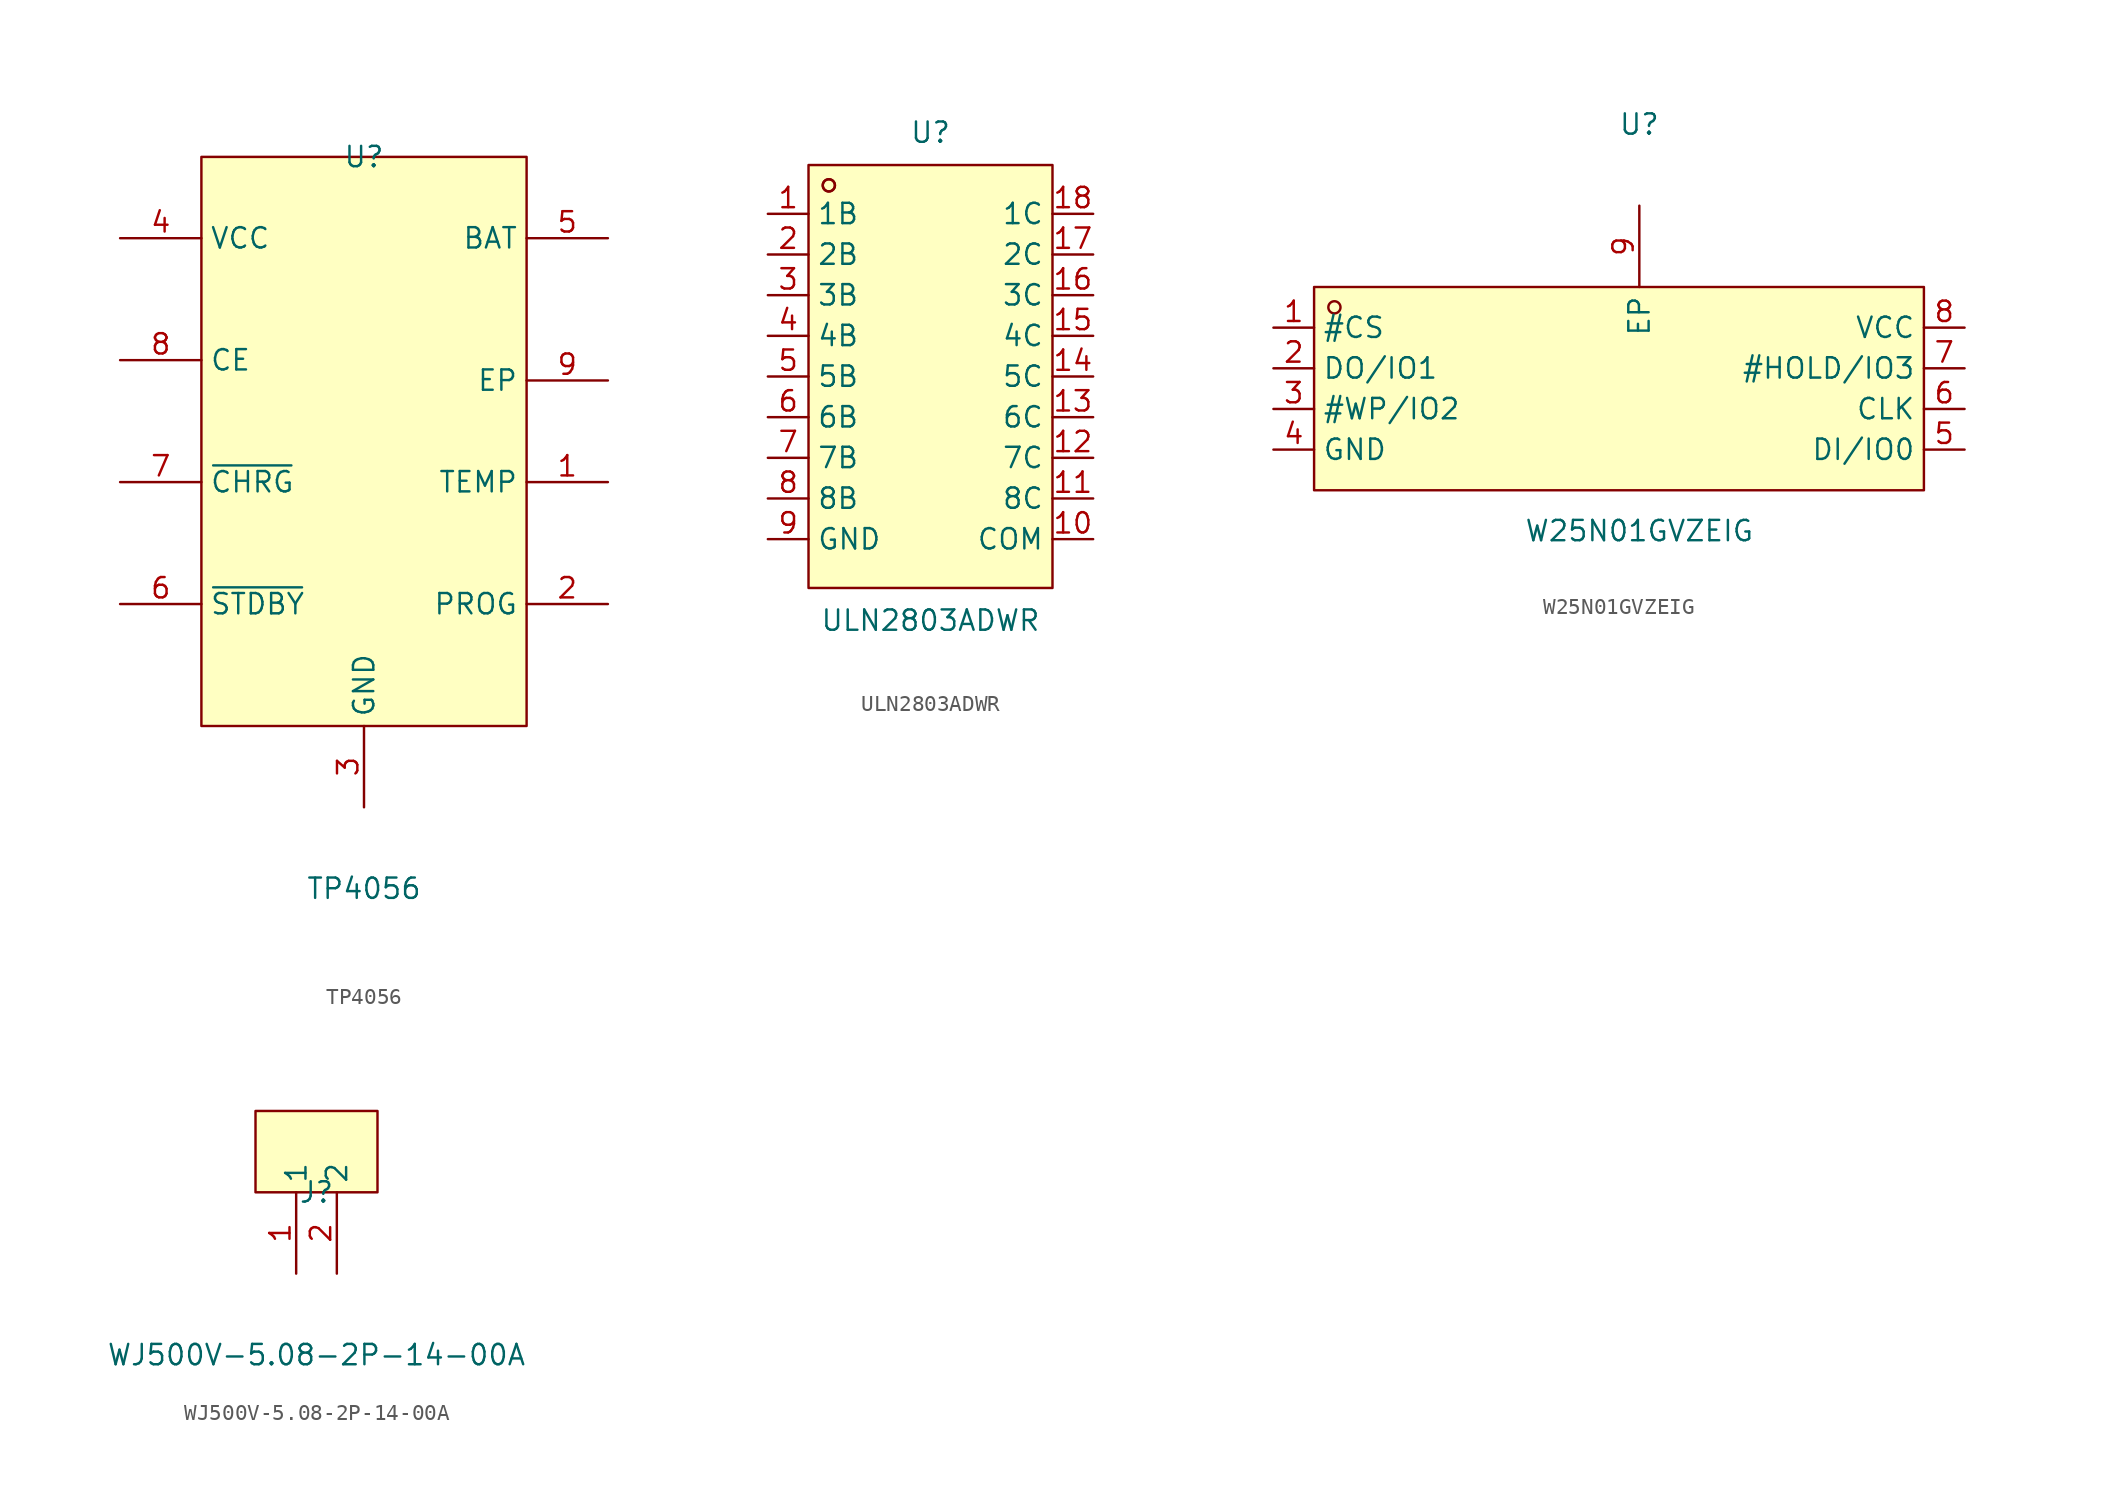
<source format=kicad_sym>
(kicad_symbol_lib
  (version 20211014)
  (generator https://github.com/uPesy/easyeda2kicad.py)
  (symbol "TP4056"
    (property "Reference" "U"
      (at 0 20.32 0)
      (effects (font (size 1.27 1.27))))
    (property "Value" "TP4056"
      (at 0 -25.40 0)
      (effects (font (size 1.27 1.27))))
    (symbol "TP4056_0_1"
      (rectangle (start -10.16 20.32) (end 10.16 -15.24) (stroke (width 0) (type default) (color 0 0 0 0)) (fill (type background)))
      (pin unspecified line (at 15.24 15.24 180) (length 5.08) (name "BAT" (effects (font (size 1.27 1.27)))) (number "5" (effects (font (size 1.27 1.27)))))
      (pin unspecified line (at 15.24 -0.00 180) (length 5.08) (name "TEMP" (effects (font (size 1.27 1.27)))) (number "1" (effects (font (size 1.27 1.27)))))
      (pin unspecified line (at 15.24 -7.62 180) (length 5.08) (name "PROG" (effects (font (size 1.27 1.27)))) (number "2" (effects (font (size 1.27 1.27)))))
      (pin unspecified line (at 0.00 -20.32 90) (length 5.08) (name "GND" (effects (font (size 1.27 1.27)))) (number "3" (effects (font (size 1.27 1.27)))))
      (pin unspecified line (at -15.24 15.24 0) (length 5.08) (name "VCC" (effects (font (size 1.27 1.27)))) (number "4" (effects (font (size 1.27 1.27)))))
      (pin unspecified line (at -15.24 7.62 0) (length 5.08) (name "CE" (effects (font (size 1.27 1.27)))) (number "8" (effects (font (size 1.27 1.27)))))
      (pin unspecified line (at -15.24 -0.00 0) (length 5.08) (name "~{CHRG}" (effects (font (size 1.27 1.27)))) (number "7" (effects (font (size 1.27 1.27)))))
      (pin unspecified line (at -15.24 -7.62 0) (length 5.08) (name "~{STDBY}" (effects (font (size 1.27 1.27)))) (number "6" (effects (font (size 1.27 1.27)))))
      (pin unspecified line (at 15.24 6.35 180) (length 5.08) (name "EP" (effects (font (size 1.27 1.27)))) (number "9" (effects (font (size 1.27 1.27)))))))
  (symbol "ULN2803ADWR"
    (property "Reference" "U"
      (at 0 15.24 0)
      (effects (font (size 1.27 1.27))))
    (property "Value" "ULN2803ADWR"
      (at 0 -15.24 0)
      (effects (font (size 1.27 1.27))))
    (symbol "ULN2803ADWR_0_1"
      (rectangle (start -7.62 13.21) (end 7.62 -13.21) (stroke (width 0) (type default) (color 0 0 0 0)) (fill (type background)))
      (circle (center -6.35 11.94) (radius 0.38) (stroke (width 0) (type default) (color 0 0 0 0)) (fill (type none)))
      (circle (center -6.35 11.94) (radius 0.38) (stroke (width 0) (type default) (color 0 0 0 0)) (fill (type none)))
      (pin unspecified line (at -10.16 10.16 0) (length 2.54) (name "1B" (effects (font (size 1.27 1.27)))) (number "1" (effects (font (size 1.27 1.27)))))
      (pin unspecified line (at -10.16 7.62 0) (length 2.54) (name "2B" (effects (font (size 1.27 1.27)))) (number "2" (effects (font (size 1.27 1.27)))))
      (pin unspecified line (at -10.16 5.08 0) (length 2.54) (name "3B" (effects (font (size 1.27 1.27)))) (number "3" (effects (font (size 1.27 1.27)))))
      (pin unspecified line (at -10.16 2.54 0) (length 2.54) (name "4B" (effects (font (size 1.27 1.27)))) (number "4" (effects (font (size 1.27 1.27)))))
      (pin unspecified line (at -10.16 -0.00 0) (length 2.54) (name "5B" (effects (font (size 1.27 1.27)))) (number "5" (effects (font (size 1.27 1.27)))))
      (pin unspecified line (at -10.16 -2.54 0) (length 2.54) (name "6B" (effects (font (size 1.27 1.27)))) (number "6" (effects (font (size 1.27 1.27)))))
      (pin unspecified line (at -10.16 -5.08 0) (length 2.54) (name "7B" (effects (font (size 1.27 1.27)))) (number "7" (effects (font (size 1.27 1.27)))))
      (pin unspecified line (at -10.16 -7.62 0) (length 2.54) (name "8B" (effects (font (size 1.27 1.27)))) (number "8" (effects (font (size 1.27 1.27)))))
      (pin unspecified line (at -10.16 -10.16 0) (length 2.54) (name "GND" (effects (font (size 1.27 1.27)))) (number "9" (effects (font (size 1.27 1.27)))))
      (pin unspecified line (at 10.16 -10.16 180) (length 2.54) (name "COM" (effects (font (size 1.27 1.27)))) (number "10" (effects (font (size 1.27 1.27)))))
      (pin unspecified line (at 10.16 -7.62 180) (length 2.54) (name "8C" (effects (font (size 1.27 1.27)))) (number "11" (effects (font (size 1.27 1.27)))))
      (pin unspecified line (at 10.16 -5.08 180) (length 2.54) (name "7C" (effects (font (size 1.27 1.27)))) (number "12" (effects (font (size 1.27 1.27)))))
      (pin unspecified line (at 10.16 -2.54 180) (length 2.54) (name "6C" (effects (font (size 1.27 1.27)))) (number "13" (effects (font (size 1.27 1.27)))))
      (pin unspecified line (at 10.16 -0.00 180) (length 2.54) (name "5C" (effects (font (size 1.27 1.27)))) (number "14" (effects (font (size 1.27 1.27)))))
      (pin unspecified line (at 10.16 2.54 180) (length 2.54) (name "4C" (effects (font (size 1.27 1.27)))) (number "15" (effects (font (size 1.27 1.27)))))
      (pin unspecified line (at 10.16 5.08 180) (length 2.54) (name "3C" (effects (font (size 1.27 1.27)))) (number "16" (effects (font (size 1.27 1.27)))))
      (pin unspecified line (at 10.16 7.62 180) (length 2.54) (name "2C" (effects (font (size 1.27 1.27)))) (number "17" (effects (font (size 1.27 1.27)))))
      (pin unspecified line (at 10.16 10.16 180) (length 2.54) (name "1C" (effects (font (size 1.27 1.27)))) (number "18" (effects (font (size 1.27 1.27)))))))
  (symbol "W25N01GVZEIG"
    (property "Reference" "U"
      (at 0 15.24 0)
      (effects (font (size 1.27 1.27))))
    (property "Value" "W25N01GVZEIG"
      (at 0 -10.16 0)
      (effects (font (size 1.27 1.27))))
    (symbol "W25N01GVZEIG_0_1"
      (rectangle (start -20.32 5.08) (end 17.78 -7.62) (stroke (width 0) (type default) (color 0 0 0 0)) (fill (type background)))
      (circle (center -19.05 3.81) (radius 0.38) (stroke (width 0) (type default) (color 0 0 0 0)) (fill (type none)))
      (pin unspecified line (at -22.86 2.54 0) (length 2.54) (name "#CS" (effects (font (size 1.27 1.27)))) (number "1" (effects (font (size 1.27 1.27)))))
      (pin unspecified line (at -22.86 -0.00 0) (length 2.54) (name "DO/IO1" (effects (font (size 1.27 1.27)))) (number "2" (effects (font (size 1.27 1.27)))))
      (pin unspecified line (at -22.86 -2.54 0) (length 2.54) (name "#WP/IO2" (effects (font (size 1.27 1.27)))) (number "3" (effects (font (size 1.27 1.27)))))
      (pin unspecified line (at -22.86 -5.08 0) (length 2.54) (name "GND" (effects (font (size 1.27 1.27)))) (number "4" (effects (font (size 1.27 1.27)))))
      (pin unspecified line (at 20.32 -5.08 180) (length 2.54) (name "DI/IO0" (effects (font (size 1.27 1.27)))) (number "5" (effects (font (size 1.27 1.27)))))
      (pin unspecified line (at 20.32 -2.54 180) (length 2.54) (name "CLK" (effects (font (size 1.27 1.27)))) (number "6" (effects (font (size 1.27 1.27)))))
      (pin unspecified line (at 20.32 -0.00 180) (length 2.54) (name "#HOLD/IO3" (effects (font (size 1.27 1.27)))) (number "7" (effects (font (size 1.27 1.27)))))
      (pin unspecified line (at 20.32 2.54 180) (length 2.54) (name "VCC" (effects (font (size 1.27 1.27)))) (number "8" (effects (font (size 1.27 1.27)))))
      (pin unspecified line (at 0.00 10.16 270) (length 5.08) (name "EP" (effects (font (size 1.27 1.27)))) (number "9" (effects (font (size 1.27 1.27)))))))
  (symbol "WJ500V-5.08-2P-14-00A"
    (property "Reference" "J"
      (at 0 0.00 0)
      (effects (font (size 1.27 1.27))))
    (property "Value" "WJ500V-5.08-2P-14-00A"
      (at 0 -10.16 0)
      (effects (font (size 1.27 1.27))))
    (symbol "WJ500V-5.08-2P-14-00A_0_1"
      (rectangle (start -3.81 5.08) (end 3.81 0.00) (stroke (width 0) (type default) (color 0 0 0 0)) (fill (type background)))
      (pin unspecified line (at -1.27 -5.08 90) (length 5.08) (name "1" (effects (font (size 1.27 1.27)))) (number "1" (effects (font (size 1.27 1.27)))))
      (pin unspecified line (at 1.27 -5.08 90) (length 5.08) (name "2" (effects (font (size 1.27 1.27)))) (number "2" (effects (font (size 1.27 1.27))))))))
</source>
